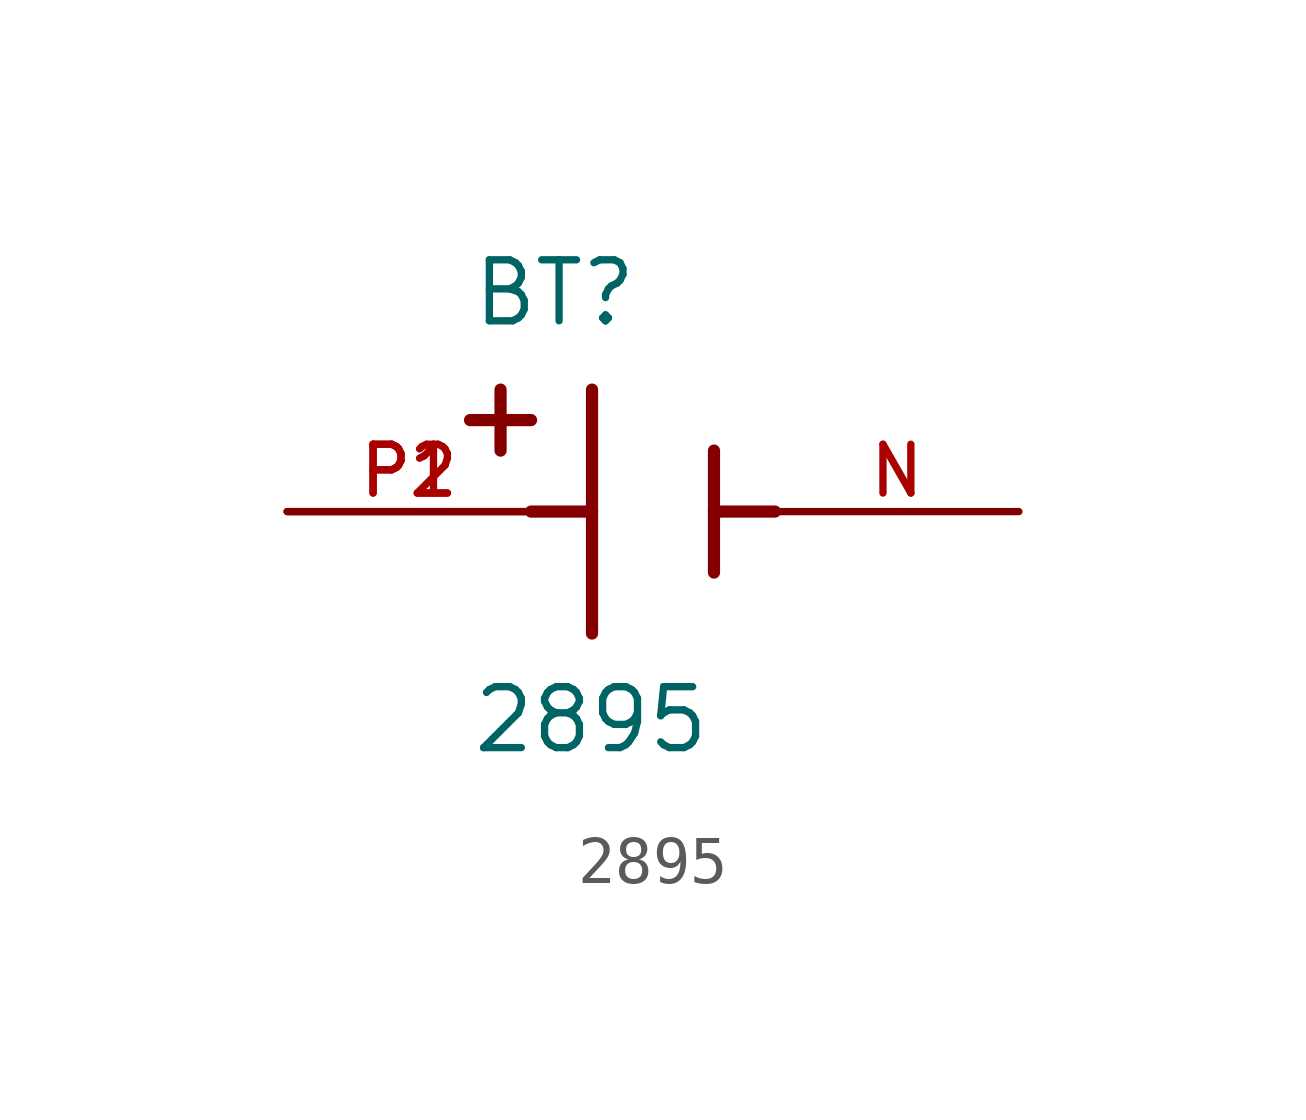
<source format=kicad_sym>
(kicad_symbol_lib
  (version 20211014)
  (generator kicad_symbol_editor)
  (symbol "2895"
    (pin_names
      (offset 1.016))
    (property "Reference" "BT"
      (at -3.81 3.81 0)
      (effects (font (size 1.27 1.27)) (justify bottom left)))
    (property "Value" "2895"
      (at -3.81 -5.08 0)
      (effects (font (size 1.27 1.27)) (justify bottom left)))
    (symbol "2895_0_0"
      (polyline (pts (xy -1.27 2.54) (xy -1.27 0.0)) (stroke (width 0.254)))
      (polyline (pts (xy -1.27 0.0) (xy -1.27 -2.54)) (stroke (width 0.254)))
      (polyline (pts (xy 1.27 1.27) (xy 1.27 0.0)) (stroke (width 0.254)))
      (polyline (pts (xy 1.27 0.0) (xy 1.27 -1.27)) (stroke (width 0.254)))
      (polyline (pts (xy -1.27 0.0) (xy -2.54 0.0)) (stroke (width 0.254)))
      (polyline (pts (xy 1.27 0.0) (xy 2.54 0.0)) (stroke (width 0.254)))
      (polyline (pts (xy -3.175 2.54) (xy -3.175 1.27)) (stroke (width 0.254)))
      (polyline (pts (xy -3.81 1.905) (xy -2.54 1.905)) (stroke (width 0.254)))
      (pin passive line (at -7.62 0.0 0) (length 5.08) (name "~" (effects (font (size 1.016 1.016)))) (number "P1" (effects (font (size 1.016 1.016)))))
      (pin passive line (at -7.62 0.0 0) (length 5.08) (name "~" (effects (font (size 1.016 1.016)))) (number "P2" (effects (font (size 1.016 1.016)))))
      (pin passive line (at 7.62 0.0 180.0) (length 5.08) (name "~" (effects (font (size 1.016 1.016)))) (number "N" (effects (font (size 1.016 1.016))))))))
</source>
